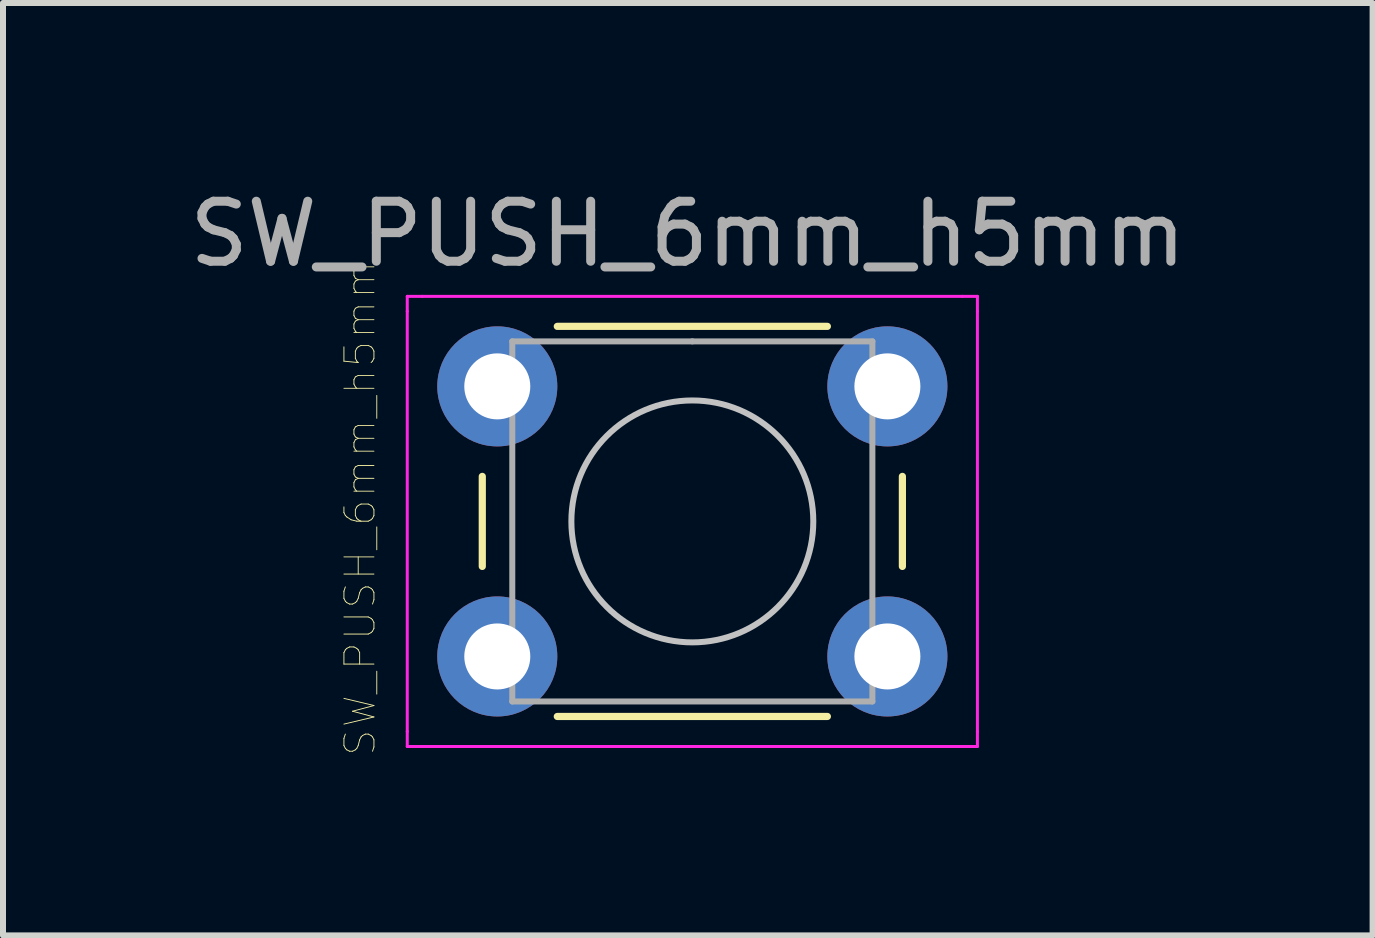
<source format=kicad_pcb>
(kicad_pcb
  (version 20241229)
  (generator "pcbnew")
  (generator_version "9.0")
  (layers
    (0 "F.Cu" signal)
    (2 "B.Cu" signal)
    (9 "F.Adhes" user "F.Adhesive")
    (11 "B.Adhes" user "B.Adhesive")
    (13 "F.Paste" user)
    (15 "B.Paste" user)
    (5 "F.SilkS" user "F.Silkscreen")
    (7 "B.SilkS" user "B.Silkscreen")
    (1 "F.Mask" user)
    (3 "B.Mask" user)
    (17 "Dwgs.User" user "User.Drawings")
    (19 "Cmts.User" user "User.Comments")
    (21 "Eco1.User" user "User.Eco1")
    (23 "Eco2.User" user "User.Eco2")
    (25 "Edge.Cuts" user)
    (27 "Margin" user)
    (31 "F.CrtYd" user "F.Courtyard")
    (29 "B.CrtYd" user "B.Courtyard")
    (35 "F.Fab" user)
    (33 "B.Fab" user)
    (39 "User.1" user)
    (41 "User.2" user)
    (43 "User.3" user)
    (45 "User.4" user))
  (footprint "SW_PUSH_6mm_h5mm"
    (layer "F.Cu")
    (at 5.236 3.388)
    (property "Reference" "SW_PUSH_6mm_h5mm" (at -2.286 2.032 90) (layer "F.SilkS") (effects (font (size 0.5 0.5) (thickness 0.015))))
    (attr through_hole)
    (fp_line (start -0.25 1.5) (end -0.25 3) (stroke (width 0.12) (type solid)) (layer "F.SilkS"))
    (fp_line (start 1 5.5) (end 5.5 5.5) (stroke (width 0.12) (type solid)) (layer "F.SilkS"))
    (fp_line (start 5.5 -1) (end 1 -1) (stroke (width 0.12) (type solid)) (layer "F.SilkS"))
    (fp_line (start 6.75 3) (end 6.75 1.5) (stroke (width 0.12) (type solid)) (layer "F.SilkS"))
    (fp_circle (center 3.25 2.25) (end 1.25 2.5) (stroke (width 0.1) (type solid)) (fill no) (layer "Dwgs.User"))
    (fp_line (start -1.5 -1.5) (end -1.25 -1.5) (stroke (width 0.05) (type solid)) (layer "F.CrtYd"))
    (fp_line (start -1.5 -1.25) (end -1.5 -1.5) (stroke (width 0.05) (type solid)) (layer "F.CrtYd"))
    (fp_line (start -1.5 5.75) (end -1.5 -1.25) (stroke (width 0.05) (type solid)) (layer "F.CrtYd"))
    (fp_line (start -1.5 5.75) (end -1.5 6) (stroke (width 0.05) (type solid)) (layer "F.CrtYd"))
    (fp_line (start -1.5 6) (end -1.25 6) (stroke (width 0.05) (type solid)) (layer "F.CrtYd"))
    (fp_line (start -1.25 -1.5) (end 7.75 -1.5) (stroke (width 0.05) (type solid)) (layer "F.CrtYd"))
    (fp_line (start 7.75 -1.5) (end 8 -1.5) (stroke (width 0.05) (type solid)) (layer "F.CrtYd"))
    (fp_line (start 7.75 6) (end -1.25 6) (stroke (width 0.05) (type solid)) (layer "F.CrtYd"))
    (fp_line (start 7.75 6) (end 8 6) (stroke (width 0.05) (type solid)) (layer "F.CrtYd"))
    (fp_line (start 8 -1.5) (end 8 -1.25) (stroke (width 0.05) (type solid)) (layer "F.CrtYd"))
    (fp_line (start 8 -1.25) (end 8 5.75) (stroke (width 0.05) (type solid)) (layer "F.CrtYd"))
    (fp_line (start 8 6) (end 8 5.75) (stroke (width 0.05) (type solid)) (layer "F.CrtYd"))
    (fp_line (start 0.25 -0.75) (end 3.25 -0.75) (stroke (width 0.1) (type solid)) (layer "F.Fab"))
    (fp_line (start 0.25 5.25) (end 0.25 -0.75) (stroke (width 0.1) (type solid)) (layer "F.Fab"))
    (fp_line (start 3.25 -0.75) (end 6.25 -0.75) (stroke (width 0.1) (type solid)) (layer "F.Fab"))
    (fp_line (start 6.25 -0.75) (end 6.25 5.25) (stroke (width 0.1) (type solid)) (layer "F.Fab"))
    (fp_line (start 6.25 5.25) (end 0.25 5.25) (stroke (width 0.1) (type solid)) (layer "F.Fab"))
    (fp_text user "${REFERENCE}" (at 3.175 -2.54 0) (layer "F.Fab") (effects (font (size 1 1) (thickness 0.15))))
    (pad "1" thru_hole circle (at 0 0 90) (size 2 2) (drill 1.1) (layers "*.Cu" "*.Mask"))
    (pad "1" thru_hole circle (at 6.5 0 90) (size 2 2) (drill 1.1) (layers "*.Cu" "*.Mask"))
    (pad "2" thru_hole circle (at 0 4.5 90) (size 2 2) (drill 1.1) (layers "*.Cu" "*.Mask"))
    (pad "2" thru_hole circle (at 6.5 4.5 90) (size 2 2) (drill 1.1) (layers "*.Cu" "*.Mask")))
  (gr_rect
    (start -3 -3)
    (end 19.821 12.536)
    (stroke (width 0.1) (type default))
    (fill no)
    (layer "Edge.Cuts")))
</source>
